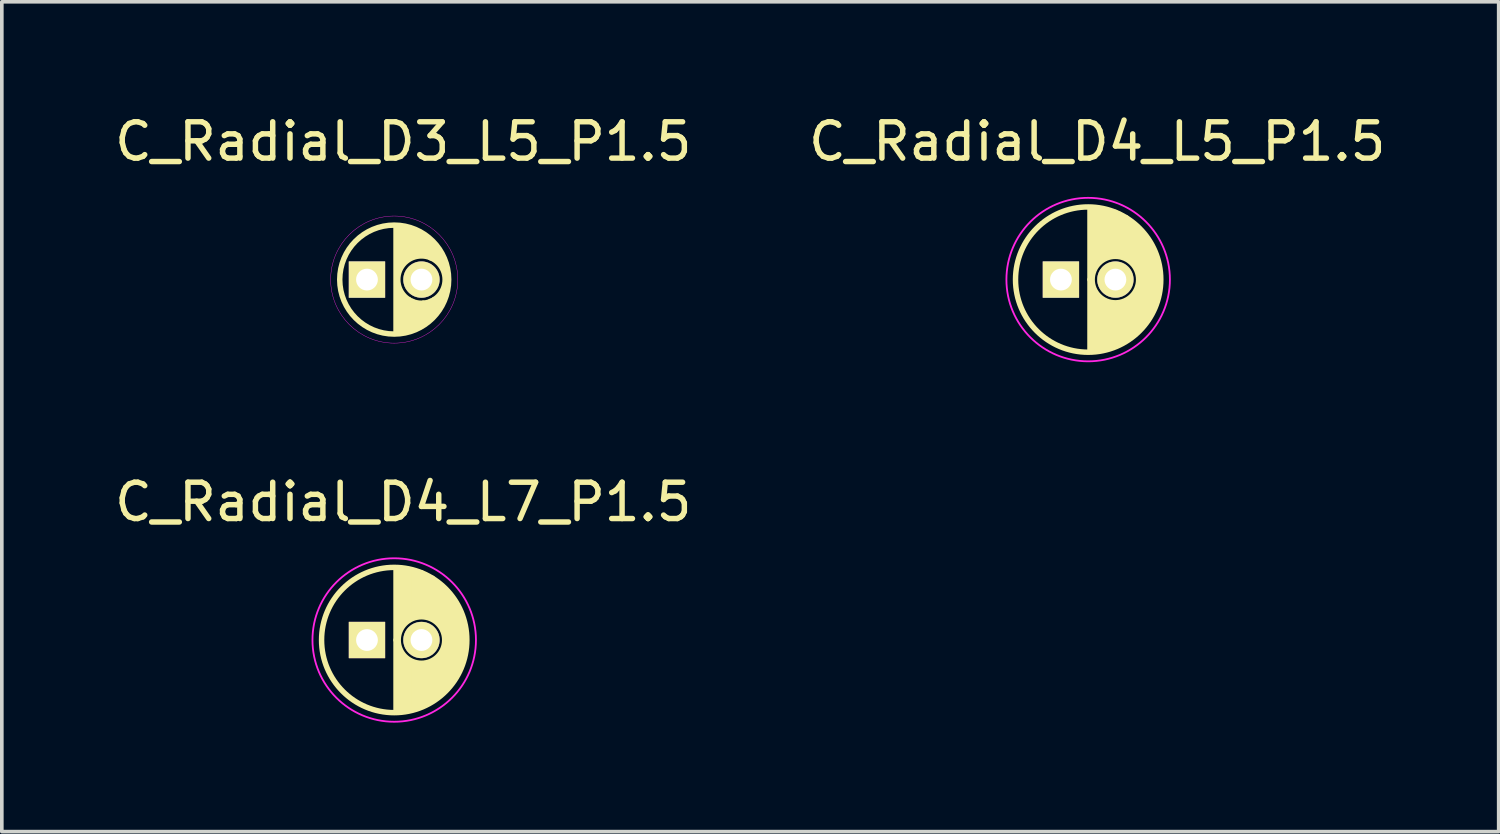
<source format=kicad_pcb>
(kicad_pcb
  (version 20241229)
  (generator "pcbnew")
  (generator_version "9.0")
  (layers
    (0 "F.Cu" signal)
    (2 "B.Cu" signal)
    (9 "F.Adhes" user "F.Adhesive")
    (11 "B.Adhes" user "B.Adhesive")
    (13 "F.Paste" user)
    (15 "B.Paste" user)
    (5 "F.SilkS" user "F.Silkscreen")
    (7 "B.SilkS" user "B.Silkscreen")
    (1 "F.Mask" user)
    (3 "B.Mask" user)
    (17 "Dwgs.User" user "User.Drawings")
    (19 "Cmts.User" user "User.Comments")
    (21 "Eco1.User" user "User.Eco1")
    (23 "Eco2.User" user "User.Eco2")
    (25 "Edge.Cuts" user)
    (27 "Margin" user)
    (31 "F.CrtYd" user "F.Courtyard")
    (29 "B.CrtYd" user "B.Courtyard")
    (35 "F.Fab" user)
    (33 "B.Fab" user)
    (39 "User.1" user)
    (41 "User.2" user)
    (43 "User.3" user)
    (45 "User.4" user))
  (footprint "C_Radial_D3_L5_P1.5"
    (layer "F.Cu")
    (at 7.054 4.648)
    (property "Reference" "C_Radial_D3_L5_P1.5" (at 1 -3.8 0) (layer "F.SilkS") (effects (font (size 1 1) (thickness 0.15))))
    (attr through_hole)
    (fp_line (start 0.8 1.45) (end 0.8 -1.45) (stroke (width 0.15) (type solid)) (layer "F.SilkS"))
    (fp_line (start 0.85 -0.2) (end 0.85 -1.45) (stroke (width 0.15) (type solid)) (layer "F.SilkS"))
    (fp_line (start 0.85 1.45) (end 0.85 0.15) (stroke (width 0.15) (type solid)) (layer "F.SilkS"))
    (fp_line (start 0.95 -1.45) (end 0.95 -0.4) (stroke (width 0.15) (type solid)) (layer "F.SilkS"))
    (fp_line (start 0.95 0.4) (end 0.95 1.45) (stroke (width 0.15) (type solid)) (layer "F.SilkS"))
    (fp_line (start 1.05 -0.5) (end 1.05 -1.4) (stroke (width 0.15) (type solid)) (layer "F.SilkS"))
    (fp_line (start 1.05 1.45) (end 1.05 0.5) (stroke (width 0.15) (type solid)) (layer "F.SilkS"))
    (fp_line (start 1.15 -0.6) (end 1.15 -1.4) (stroke (width 0.15) (type solid)) (layer "F.SilkS"))
    (fp_line (start 1.15 0.55) (end 1.15 1.4) (stroke (width 0.15) (type solid)) (layer "F.SilkS"))
    (fp_line (start 1.25 -1.35) (end 1.25 -0.65) (stroke (width 0.15) (type solid)) (layer "F.SilkS"))
    (fp_line (start 1.25 0.6) (end 1.25 1.35) (stroke (width 0.15) (type solid)) (layer "F.SilkS"))
    (fp_line (start 1.35 -0.7) (end 1.35 -1.35) (stroke (width 0.15) (type solid)) (layer "F.SilkS"))
    (fp_line (start 1.35 0.65) (end 1.35 1.35) (stroke (width 0.15) (type solid)) (layer "F.SilkS"))
    (fp_line (start 1.45 -1.3) (end 1.45 -0.7) (stroke (width 0.15) (type solid)) (layer "F.SilkS"))
    (fp_line (start 1.45 1.3) (end 1.45 0.7) (stroke (width 0.15) (type solid)) (layer "F.SilkS"))
    (fp_line (start 1.55 -0.7) (end 1.55 -1.2) (stroke (width 0.15) (type solid)) (layer "F.SilkS"))
    (fp_line (start 1.55 0.65) (end 1.55 1.2) (stroke (width 0.15) (type solid)) (layer "F.SilkS"))
    (fp_line (start 1.65 -1.15) (end 1.65 -0.65) (stroke (width 0.15) (type solid)) (layer "F.SilkS"))
    (fp_line (start 1.65 1.15) (end 1.65 0.65) (stroke (width 0.15) (type solid)) (layer "F.SilkS"))
    (fp_line (start 1.75 -0.6) (end 1.75 -1.05) (stroke (width 0.15) (type solid)) (layer "F.SilkS"))
    (fp_line (start 1.75 0.6) (end 1.75 1.05) (stroke (width 0.15) (type solid)) (layer "F.SilkS"))
    (fp_line (start 1.85 -0.95) (end 1.85 -0.6) (stroke (width 0.15) (type solid)) (layer "F.SilkS"))
    (fp_line (start 1.85 0.55) (end 1.85 0.95) (stroke (width 0.15) (type solid)) (layer "F.SilkS"))
    (fp_line (start 1.95 -0.5) (end 1.95 -0.8) (stroke (width 0.15) (type solid)) (layer "F.SilkS"))
    (fp_line (start 1.95 0.5) (end 1.95 0.85) (stroke (width 0.15) (type solid)) (layer "F.SilkS"))
    (fp_line (start 2.05 -0.65) (end 2.05 -0.45) (stroke (width 0.15) (type solid)) (layer "F.SilkS"))
    (fp_line (start 2.05 0.4) (end 2.05 0.65) (stroke (width 0.15) (type solid)) (layer "F.SilkS"))
    (fp_line (start 2.1 -0.5) (end 2.1 -0.35) (stroke (width 0.15) (type solid)) (layer "F.SilkS"))
    (fp_line (start 2.1 0.3) (end 2.1 0.5) (stroke (width 0.15) (type solid)) (layer "F.SilkS"))
    (fp_circle (center 0.75 0) (end 0.75 1.5) (stroke (width 0.15) (type solid)) (fill no) (layer "F.SilkS"))
    (fp_circle (center 1.5 0) (end 1.85 0.55) (stroke (width 0.15) (type solid)) (fill no) (layer "F.SilkS"))
    (fp_circle (center 0.75 0) (end 0.75 1.75) (stroke (width 0.01) (type solid)) (fill no) (layer "F.CrtYd"))
    (pad "1" thru_hole rect (at 0 0) (size 1 1) (drill 0.6) (layers "*.Cu" "*.Mask" "F.SilkS"))
    (pad "2" thru_hole circle (at 1.5 0) (size 1 1) (drill 0.6) (layers "*.Cu" "*.Mask" "F.SilkS")))
  (footprint "C_Radial_D4_L7_P1.5"
    (layer "F.Cu")
    (at 7.054 14.572)
    (property "Reference" "C_Radial_D4_L7_P1.5" (at 1 -3.8 0) (layer "F.SilkS") (effects (font (size 1 1) (thickness 0.15))))
    (attr through_hole)
    (fp_line (start 0.8 0) (end 0.8 -1.95) (stroke (width 0.15) (type solid)) (layer "F.SilkS"))
    (fp_line (start 0.8 0) (end 0.8 1.95) (stroke (width 0.15) (type solid)) (layer "F.SilkS"))
    (fp_line (start 0.9 -1.95) (end 0.9 -0.35) (stroke (width 0.15) (type solid)) (layer "F.SilkS"))
    (fp_line (start 0.9 0.3) (end 0.9 1.95) (stroke (width 0.15) (type solid)) (layer "F.SilkS"))
    (fp_line (start 1 -0.5) (end 1 -1.9) (stroke (width 0.15) (type solid)) (layer "F.SilkS"))
    (fp_line (start 1 1.95) (end 1 0.45) (stroke (width 0.15) (type solid)) (layer "F.SilkS"))
    (fp_line (start 1.1 -1.95) (end 1.1 -0.55) (stroke (width 0.15) (type solid)) (layer "F.SilkS"))
    (fp_line (start 1.1 0.55) (end 1.1 1.95) (stroke (width 0.15) (type solid)) (layer "F.SilkS"))
    (fp_line (start 1.2 -0.6) (end 1.2 -1.9) (stroke (width 0.15) (type solid)) (layer "F.SilkS"))
    (fp_line (start 1.2 1.9) (end 1.2 0.6) (stroke (width 0.15) (type solid)) (layer "F.SilkS"))
    (fp_line (start 1.3 -1.9) (end 1.3 -0.7) (stroke (width 0.15) (type solid)) (layer "F.SilkS"))
    (fp_line (start 1.3 0.65) (end 1.3 1.85) (stroke (width 0.15) (type solid)) (layer "F.SilkS"))
    (fp_line (start 1.4 -0.65) (end 1.4 -1.85) (stroke (width 0.15) (type solid)) (layer "F.SilkS"))
    (fp_line (start 1.4 1.85) (end 1.4 0.65) (stroke (width 0.15) (type solid)) (layer "F.SilkS"))
    (fp_line (start 1.5 -1.85) (end 1.5 -0.7) (stroke (width 0.15) (type solid)) (layer "F.SilkS"))
    (fp_line (start 1.5 1.8) (end 1.5 0.7) (stroke (width 0.15) (type solid)) (layer "F.SilkS"))
    (fp_line (start 1.6 -1.8) (end 1.6 -0.7) (stroke (width 0.15) (type solid)) (layer "F.SilkS"))
    (fp_line (start 1.6 0.65) (end 1.6 1.75) (stroke (width 0.15) (type solid)) (layer "F.SilkS"))
    (fp_line (start 1.7 -0.65) (end 1.7 -1.7) (stroke (width 0.15) (type solid)) (layer "F.SilkS"))
    (fp_line (start 1.7 1.7) (end 1.7 0.7) (stroke (width 0.15) (type solid)) (layer "F.SilkS"))
    (fp_line (start 1.8 -1.7) (end 1.8 -0.6) (stroke (width 0.15) (type solid)) (layer "F.SilkS"))
    (fp_line (start 1.8 0.6) (end 1.8 1.65) (stroke (width 0.15) (type solid)) (layer "F.SilkS"))
    (fp_line (start 1.9 -0.55) (end 1.9 -1.6) (stroke (width 0.15) (type solid)) (layer "F.SilkS"))
    (fp_line (start 1.9 1.6) (end 1.9 0.55) (stroke (width 0.15) (type solid)) (layer "F.SilkS"))
    (fp_line (start 2 -1.5) (end 2 -0.5) (stroke (width 0.15) (type solid)) (layer "F.SilkS"))
    (fp_line (start 2 0.45) (end 2 1.5) (stroke (width 0.15) (type solid)) (layer "F.SilkS"))
    (fp_line (start 2.1 -0.3) (end 2.1 -1.4) (stroke (width 0.15) (type solid)) (layer "F.SilkS"))
    (fp_line (start 2.1 1.45) (end 2.1 0.3) (stroke (width 0.15) (type solid)) (layer "F.SilkS"))
    (fp_line (start 2.2 1.35) (end 2.2 -1.3) (stroke (width 0.15) (type solid)) (layer "F.SilkS"))
    (fp_line (start 2.3 -1.2) (end 2.3 1.2) (stroke (width 0.15) (type solid)) (layer "F.SilkS"))
    (fp_line (start 2.4 1.1) (end 2.4 -1.05) (stroke (width 0.15) (type solid)) (layer "F.SilkS"))
    (fp_line (start 2.5 -0.85) (end 2.5 0.85) (stroke (width 0.15) (type solid)) (layer "F.SilkS"))
    (fp_line (start 2.6 0.65) (end 2.6 -0.65) (stroke (width 0.15) (type solid)) (layer "F.SilkS"))
    (fp_line (start 2.7 -0.2) (end 2.7 0.25) (stroke (width 0.15) (type solid)) (layer "F.SilkS"))
    (fp_circle (center 0.75 0) (end 0.75 2) (stroke (width 0.15) (type solid)) (fill no) (layer "F.SilkS"))
    (fp_circle (center 1.5 0) (end 1.9 0.5) (stroke (width 0.15) (type solid)) (fill no) (layer "F.SilkS"))
    (fp_circle (center 0.75 0) (end 0.8 2.25) (stroke (width 0.05) (type solid)) (fill no) (layer "F.CrtYd"))
    (pad "1" thru_hole rect (at 0 0) (size 1 1) (drill 0.6) (layers "*.Cu" "*.Mask" "F.SilkS"))
    (pad "2" thru_hole circle (at 1.5 0) (size 1 1) (drill 0.6) (layers "*.Cu" "*.Mask" "F.SilkS")))
  (footprint "C_Radial_D4_L5_P1.5"
    (layer "F.Cu")
    (at 26.161 4.648)
    (property "Reference" "C_Radial_D4_L5_P1.5" (at 1 -3.8 0) (layer "F.SilkS") (effects (font (size 1 1) (thickness 0.15))))
    (attr through_hole)
    (fp_line (start 0.8 0) (end 0.8 -1.95) (stroke (width 0.15) (type solid)) (layer "F.SilkS"))
    (fp_line (start 0.8 0) (end 0.8 1.95) (stroke (width 0.15) (type solid)) (layer "F.SilkS"))
    (fp_line (start 0.9 -1.95) (end 0.9 -0.35) (stroke (width 0.15) (type solid)) (layer "F.SilkS"))
    (fp_line (start 0.9 0.3) (end 0.9 1.95) (stroke (width 0.15) (type solid)) (layer "F.SilkS"))
    (fp_line (start 1 -0.5) (end 1 -1.9) (stroke (width 0.15) (type solid)) (layer "F.SilkS"))
    (fp_line (start 1 1.95) (end 1 0.45) (stroke (width 0.15) (type solid)) (layer "F.SilkS"))
    (fp_line (start 1.1 -1.95) (end 1.1 -0.55) (stroke (width 0.15) (type solid)) (layer "F.SilkS"))
    (fp_line (start 1.1 0.55) (end 1.1 1.95) (stroke (width 0.15) (type solid)) (layer "F.SilkS"))
    (fp_line (start 1.2 -0.6) (end 1.2 -1.9) (stroke (width 0.15) (type solid)) (layer "F.SilkS"))
    (fp_line (start 1.2 1.9) (end 1.2 0.6) (stroke (width 0.15) (type solid)) (layer "F.SilkS"))
    (fp_line (start 1.3 -1.9) (end 1.3 -0.7) (stroke (width 0.15) (type solid)) (layer "F.SilkS"))
    (fp_line (start 1.3 0.65) (end 1.3 1.85) (stroke (width 0.15) (type solid)) (layer "F.SilkS"))
    (fp_line (start 1.4 -0.65) (end 1.4 -1.85) (stroke (width 0.15) (type solid)) (layer "F.SilkS"))
    (fp_line (start 1.4 1.85) (end 1.4 0.65) (stroke (width 0.15) (type solid)) (layer "F.SilkS"))
    (fp_line (start 1.5 -1.85) (end 1.5 -0.7) (stroke (width 0.15) (type solid)) (layer "F.SilkS"))
    (fp_line (start 1.5 1.8) (end 1.5 0.7) (stroke (width 0.15) (type solid)) (layer "F.SilkS"))
    (fp_line (start 1.6 -1.8) (end 1.6 -0.7) (stroke (width 0.15) (type solid)) (layer "F.SilkS"))
    (fp_line (start 1.6 0.65) (end 1.6 1.75) (stroke (width 0.15) (type solid)) (layer "F.SilkS"))
    (fp_line (start 1.7 -0.65) (end 1.7 -1.7) (stroke (width 0.15) (type solid)) (layer "F.SilkS"))
    (fp_line (start 1.7 1.7) (end 1.7 0.7) (stroke (width 0.15) (type solid)) (layer "F.SilkS"))
    (fp_line (start 1.8 -1.7) (end 1.8 -0.6) (stroke (width 0.15) (type solid)) (layer "F.SilkS"))
    (fp_line (start 1.8 0.6) (end 1.8 1.65) (stroke (width 0.15) (type solid)) (layer "F.SilkS"))
    (fp_line (start 1.9 -0.55) (end 1.9 -1.6) (stroke (width 0.15) (type solid)) (layer "F.SilkS"))
    (fp_line (start 1.9 1.6) (end 1.9 0.55) (stroke (width 0.15) (type solid)) (layer "F.SilkS"))
    (fp_line (start 2 -1.5) (end 2 -0.5) (stroke (width 0.15) (type solid)) (layer "F.SilkS"))
    (fp_line (start 2 0.45) (end 2 1.5) (stroke (width 0.15) (type solid)) (layer "F.SilkS"))
    (fp_line (start 2.1 -0.3) (end 2.1 -1.4) (stroke (width 0.15) (type solid)) (layer "F.SilkS"))
    (fp_line (start 2.1 1.45) (end 2.1 0.3) (stroke (width 0.15) (type solid)) (layer "F.SilkS"))
    (fp_line (start 2.2 1.35) (end 2.2 -1.3) (stroke (width 0.15) (type solid)) (layer "F.SilkS"))
    (fp_line (start 2.3 -1.2) (end 2.3 1.2) (stroke (width 0.15) (type solid)) (layer "F.SilkS"))
    (fp_line (start 2.4 1.1) (end 2.4 -1.05) (stroke (width 0.15) (type solid)) (layer "F.SilkS"))
    (fp_line (start 2.5 -0.85) (end 2.5 0.85) (stroke (width 0.15) (type solid)) (layer "F.SilkS"))
    (fp_line (start 2.6 0.65) (end 2.6 -0.65) (stroke (width 0.15) (type solid)) (layer "F.SilkS"))
    (fp_line (start 2.7 -0.2) (end 2.7 0.25) (stroke (width 0.15) (type solid)) (layer "F.SilkS"))
    (fp_circle (center 0.75 0) (end 0.75 2) (stroke (width 0.15) (type solid)) (fill no) (layer "F.SilkS"))
    (fp_circle (center 1.5 0) (end 1.9 0.5) (stroke (width 0.15) (type solid)) (fill no) (layer "F.SilkS"))
    (fp_circle (center 0.75 0) (end 0.8 2.25) (stroke (width 0.05) (type solid)) (fill no) (layer "F.CrtYd"))
    (pad "1" thru_hole rect (at 0 0) (size 1 1) (drill 0.6) (layers "*.Cu" "*.Mask" "F.SilkS"))
    (pad "2" thru_hole circle (at 1.5 0) (size 1 1) (drill 0.6) (layers "*.Cu" "*.Mask" "F.SilkS")))
  (gr_rect
    (start -3 -3)
    (end 38.214 19.848)
    (stroke (width 0.1) (type default))
    (fill no)
    (layer "Edge.Cuts")))
</source>
